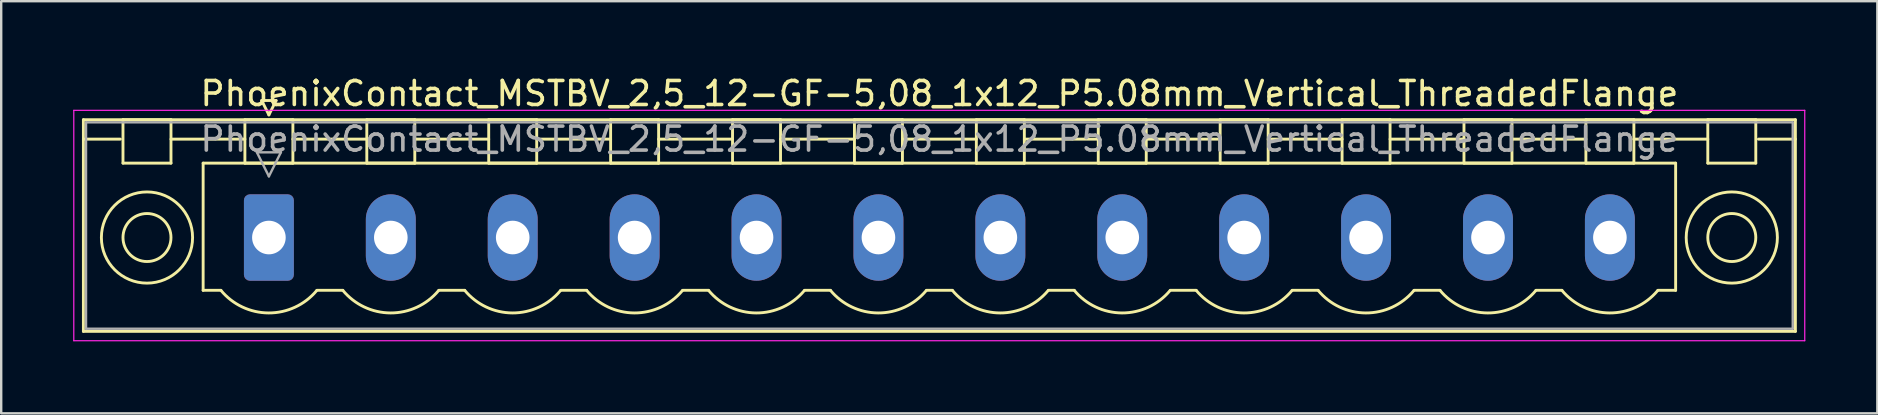
<source format=kicad_pcb>
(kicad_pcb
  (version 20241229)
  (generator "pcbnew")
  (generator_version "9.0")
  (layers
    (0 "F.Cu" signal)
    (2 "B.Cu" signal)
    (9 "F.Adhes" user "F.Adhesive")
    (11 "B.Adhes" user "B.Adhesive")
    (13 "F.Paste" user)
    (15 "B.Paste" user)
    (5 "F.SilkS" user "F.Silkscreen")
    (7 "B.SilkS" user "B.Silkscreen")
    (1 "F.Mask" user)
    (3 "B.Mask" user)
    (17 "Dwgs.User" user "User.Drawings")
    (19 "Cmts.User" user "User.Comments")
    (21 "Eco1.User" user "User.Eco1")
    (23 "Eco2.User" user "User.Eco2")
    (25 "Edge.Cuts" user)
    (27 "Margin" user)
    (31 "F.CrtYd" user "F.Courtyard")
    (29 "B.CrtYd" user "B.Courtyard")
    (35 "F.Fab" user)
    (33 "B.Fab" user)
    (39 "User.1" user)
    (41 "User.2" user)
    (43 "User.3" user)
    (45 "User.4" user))
  (footprint "PhoenixContact_MSTBV_2,5_12-GF-5,08_1x12_P5.08mm_Vertical_ThreadedFlange"
    (layer "F.Cu")
    (at 8.155 6.848)
    (property "Reference" "PhoenixContact_MSTBV_2,5_12-GF-5,08_1x12_P5.08mm_Vertical_ThreadedFlange" (at 27.94 -6 0) (layer "F.SilkS") (effects (font (size 1 1) (thickness 0.15))))
    (attr through_hole)
    (fp_line (start -7.73 -4.91) (end -7.73 3.91) (stroke (width 0.12) (type solid)) (layer "F.SilkS"))
    (fp_line (start -7.73 -4.1) (end -6.19 -4.1) (stroke (width 0.12) (type solid)) (layer "F.SilkS"))
    (fp_line (start -7.73 3.91) (end 63.61 3.91) (stroke (width 0.12) (type solid)) (layer "F.SilkS"))
    (fp_line (start -6.08 -4.91) (end -4.08 -4.91) (stroke (width 0.12) (type solid)) (layer "F.SilkS"))
    (fp_line (start -6.08 -3.1) (end -6.08 -4.91) (stroke (width 0.12) (type solid)) (layer "F.SilkS"))
    (fp_line (start -4.08 -4.91) (end -4.08 -3.1) (stroke (width 0.12) (type solid)) (layer "F.SilkS"))
    (fp_line (start -4.08 -4.1) (end -1 -4.1) (stroke (width 0.12) (type solid)) (layer "F.SilkS"))
    (fp_line (start -4.08 -3.1) (end -6.08 -3.1) (stroke (width 0.12) (type solid)) (layer "F.SilkS"))
    (fp_line (start -2.74 -3.1) (end 58.62 -3.1) (stroke (width 0.12) (type solid)) (layer "F.SilkS"))
    (fp_line (start -2.74 2.2) (end -2.74 -3.1) (stroke (width 0.12) (type solid)) (layer "F.SilkS"))
    (fp_line (start -2 2.2) (end -2.74 2.2) (stroke (width 0.12) (type solid)) (layer "F.SilkS"))
    (fp_line (start -1 -4.91) (end 1 -4.91) (stroke (width 0.12) (type solid)) (layer "F.SilkS"))
    (fp_line (start -1 -3.1) (end -1 -4.91) (stroke (width 0.12) (type solid)) (layer "F.SilkS"))
    (fp_line (start -0.3 -5.71) (end 0.3 -5.71) (stroke (width 0.12) (type solid)) (layer "F.SilkS"))
    (fp_line (start 0 -5.11) (end -0.3 -5.71) (stroke (width 0.12) (type solid)) (layer "F.SilkS"))
    (fp_line (start 0.3 -5.71) (end 0 -5.11) (stroke (width 0.12) (type solid)) (layer "F.SilkS"))
    (fp_line (start 1 -4.91) (end 1 -3.1) (stroke (width 0.12) (type solid)) (layer "F.SilkS"))
    (fp_line (start 1 -4.1) (end 4.08 -4.1) (stroke (width 0.12) (type solid)) (layer "F.SilkS"))
    (fp_line (start 1 -3.1) (end -1 -3.1) (stroke (width 0.12) (type solid)) (layer "F.SilkS"))
    (fp_line (start 2 2.2) (end 3.08 2.2) (stroke (width 0.12) (type solid)) (layer "F.SilkS"))
    (fp_line (start 4.08 -4.91) (end 6.08 -4.91) (stroke (width 0.12) (type solid)) (layer "F.SilkS"))
    (fp_line (start 4.08 -3.1) (end 4.08 -4.91) (stroke (width 0.12) (type solid)) (layer "F.SilkS"))
    (fp_line (start 6.08 -4.91) (end 6.08 -3.1) (stroke (width 0.12) (type solid)) (layer "F.SilkS"))
    (fp_line (start 6.08 -4.1) (end 9.16 -4.1) (stroke (width 0.12) (type solid)) (layer "F.SilkS"))
    (fp_line (start 6.08 -3.1) (end 4.08 -3.1) (stroke (width 0.12) (type solid)) (layer "F.SilkS"))
    (fp_line (start 7.08 2.2) (end 8.16 2.2) (stroke (width 0.12) (type solid)) (layer "F.SilkS"))
    (fp_line (start 9.16 -4.91) (end 11.16 -4.91) (stroke (width 0.12) (type solid)) (layer "F.SilkS"))
    (fp_line (start 9.16 -3.1) (end 9.16 -4.91) (stroke (width 0.12) (type solid)) (layer "F.SilkS"))
    (fp_line (start 11.16 -4.91) (end 11.16 -3.1) (stroke (width 0.12) (type solid)) (layer "F.SilkS"))
    (fp_line (start 11.16 -4.1) (end 14.24 -4.1) (stroke (width 0.12) (type solid)) (layer "F.SilkS"))
    (fp_line (start 11.16 -3.1) (end 9.16 -3.1) (stroke (width 0.12) (type solid)) (layer "F.SilkS"))
    (fp_line (start 12.16 2.2) (end 13.24 2.2) (stroke (width 0.12) (type solid)) (layer "F.SilkS"))
    (fp_line (start 14.24 -4.91) (end 16.24 -4.91) (stroke (width 0.12) (type solid)) (layer "F.SilkS"))
    (fp_line (start 14.24 -3.1) (end 14.24 -4.91) (stroke (width 0.12) (type solid)) (layer "F.SilkS"))
    (fp_line (start 16.24 -4.91) (end 16.24 -3.1) (stroke (width 0.12) (type solid)) (layer "F.SilkS"))
    (fp_line (start 16.24 -4.1) (end 19.32 -4.1) (stroke (width 0.12) (type solid)) (layer "F.SilkS"))
    (fp_line (start 16.24 -3.1) (end 14.24 -3.1) (stroke (width 0.12) (type solid)) (layer "F.SilkS"))
    (fp_line (start 17.24 2.2) (end 18.32 2.2) (stroke (width 0.12) (type solid)) (layer "F.SilkS"))
    (fp_line (start 19.32 -4.91) (end 21.32 -4.91) (stroke (width 0.12) (type solid)) (layer "F.SilkS"))
    (fp_line (start 19.32 -3.1) (end 19.32 -4.91) (stroke (width 0.12) (type solid)) (layer "F.SilkS"))
    (fp_line (start 21.32 -4.91) (end 21.32 -3.1) (stroke (width 0.12) (type solid)) (layer "F.SilkS"))
    (fp_line (start 21.32 -4.1) (end 24.4 -4.1) (stroke (width 0.12) (type solid)) (layer "F.SilkS"))
    (fp_line (start 21.32 -3.1) (end 19.32 -3.1) (stroke (width 0.12) (type solid)) (layer "F.SilkS"))
    (fp_line (start 22.32 2.2) (end 23.4 2.2) (stroke (width 0.12) (type solid)) (layer "F.SilkS"))
    (fp_line (start 24.4 -4.91) (end 26.4 -4.91) (stroke (width 0.12) (type solid)) (layer "F.SilkS"))
    (fp_line (start 24.4 -3.1) (end 24.4 -4.91) (stroke (width 0.12) (type solid)) (layer "F.SilkS"))
    (fp_line (start 26.4 -4.91) (end 26.4 -3.1) (stroke (width 0.12) (type solid)) (layer "F.SilkS"))
    (fp_line (start 26.4 -4.1) (end 29.48 -4.1) (stroke (width 0.12) (type solid)) (layer "F.SilkS"))
    (fp_line (start 26.4 -3.1) (end 24.4 -3.1) (stroke (width 0.12) (type solid)) (layer "F.SilkS"))
    (fp_line (start 27.4 2.2) (end 28.48 2.2) (stroke (width 0.12) (type solid)) (layer "F.SilkS"))
    (fp_line (start 29.48 -4.91) (end 31.48 -4.91) (stroke (width 0.12) (type solid)) (layer "F.SilkS"))
    (fp_line (start 29.48 -3.1) (end 29.48 -4.91) (stroke (width 0.12) (type solid)) (layer "F.SilkS"))
    (fp_line (start 31.48 -4.91) (end 31.48 -3.1) (stroke (width 0.12) (type solid)) (layer "F.SilkS"))
    (fp_line (start 31.48 -4.1) (end 34.56 -4.1) (stroke (width 0.12) (type solid)) (layer "F.SilkS"))
    (fp_line (start 31.48 -3.1) (end 29.48 -3.1) (stroke (width 0.12) (type solid)) (layer "F.SilkS"))
    (fp_line (start 32.48 2.2) (end 33.56 2.2) (stroke (width 0.12) (type solid)) (layer "F.SilkS"))
    (fp_line (start 34.56 -4.91) (end 36.56 -4.91) (stroke (width 0.12) (type solid)) (layer "F.SilkS"))
    (fp_line (start 34.56 -3.1) (end 34.56 -4.91) (stroke (width 0.12) (type solid)) (layer "F.SilkS"))
    (fp_line (start 36.56 -4.91) (end 36.56 -3.1) (stroke (width 0.12) (type solid)) (layer "F.SilkS"))
    (fp_line (start 36.56 -4.1) (end 39.64 -4.1) (stroke (width 0.12) (type solid)) (layer "F.SilkS"))
    (fp_line (start 36.56 -3.1) (end 34.56 -3.1) (stroke (width 0.12) (type solid)) (layer "F.SilkS"))
    (fp_line (start 37.56 2.2) (end 38.64 2.2) (stroke (width 0.12) (type solid)) (layer "F.SilkS"))
    (fp_line (start 39.64 -4.91) (end 41.64 -4.91) (stroke (width 0.12) (type solid)) (layer "F.SilkS"))
    (fp_line (start 39.64 -3.1) (end 39.64 -4.91) (stroke (width 0.12) (type solid)) (layer "F.SilkS"))
    (fp_line (start 41.64 -4.91) (end 41.64 -3.1) (stroke (width 0.12) (type solid)) (layer "F.SilkS"))
    (fp_line (start 41.64 -4.1) (end 44.72 -4.1) (stroke (width 0.12) (type solid)) (layer "F.SilkS"))
    (fp_line (start 41.64 -3.1) (end 39.64 -3.1) (stroke (width 0.12) (type solid)) (layer "F.SilkS"))
    (fp_line (start 42.64 2.2) (end 43.72 2.2) (stroke (width 0.12) (type solid)) (layer "F.SilkS"))
    (fp_line (start 44.72 -4.91) (end 46.72 -4.91) (stroke (width 0.12) (type solid)) (layer "F.SilkS"))
    (fp_line (start 44.72 -3.1) (end 44.72 -4.91) (stroke (width 0.12) (type solid)) (layer "F.SilkS"))
    (fp_line (start 46.72 -4.91) (end 46.72 -3.1) (stroke (width 0.12) (type solid)) (layer "F.SilkS"))
    (fp_line (start 46.72 -4.1) (end 49.8 -4.1) (stroke (width 0.12) (type solid)) (layer "F.SilkS"))
    (fp_line (start 46.72 -3.1) (end 44.72 -3.1) (stroke (width 0.12) (type solid)) (layer "F.SilkS"))
    (fp_line (start 47.72 2.2) (end 48.8 2.2) (stroke (width 0.12) (type solid)) (layer "F.SilkS"))
    (fp_line (start 49.8 -4.91) (end 51.8 -4.91) (stroke (width 0.12) (type solid)) (layer "F.SilkS"))
    (fp_line (start 49.8 -3.1) (end 49.8 -4.91) (stroke (width 0.12) (type solid)) (layer "F.SilkS"))
    (fp_line (start 51.8 -4.91) (end 51.8 -3.1) (stroke (width 0.12) (type solid)) (layer "F.SilkS"))
    (fp_line (start 51.8 -4.1) (end 54.88 -4.1) (stroke (width 0.12) (type solid)) (layer "F.SilkS"))
    (fp_line (start 51.8 -3.1) (end 49.8 -3.1) (stroke (width 0.12) (type solid)) (layer "F.SilkS"))
    (fp_line (start 52.8 2.2) (end 53.88 2.2) (stroke (width 0.12) (type solid)) (layer "F.SilkS"))
    (fp_line (start 54.88 -4.91) (end 56.88 -4.91) (stroke (width 0.12) (type solid)) (layer "F.SilkS"))
    (fp_line (start 54.88 -3.1) (end 54.88 -4.91) (stroke (width 0.12) (type solid)) (layer "F.SilkS"))
    (fp_line (start 56.88 -4.91) (end 56.88 -3.1) (stroke (width 0.12) (type solid)) (layer "F.SilkS"))
    (fp_line (start 56.88 -4.1) (end 59.96 -4.1) (stroke (width 0.12) (type solid)) (layer "F.SilkS"))
    (fp_line (start 56.88 -3.1) (end 54.88 -3.1) (stroke (width 0.12) (type solid)) (layer "F.SilkS"))
    (fp_line (start 58.62 -3.1) (end 58.62 2.2) (stroke (width 0.12) (type solid)) (layer "F.SilkS"))
    (fp_line (start 58.62 2.2) (end 57.88 2.2) (stroke (width 0.12) (type solid)) (layer "F.SilkS"))
    (fp_line (start 59.96 -4.91) (end 61.96 -4.91) (stroke (width 0.12) (type solid)) (layer "F.SilkS"))
    (fp_line (start 59.96 -3.1) (end 59.96 -4.91) (stroke (width 0.12) (type solid)) (layer "F.SilkS"))
    (fp_line (start 61.96 -4.91) (end 61.96 -3.1) (stroke (width 0.12) (type solid)) (layer "F.SilkS"))
    (fp_line (start 61.96 -3.1) (end 59.96 -3.1) (stroke (width 0.12) (type solid)) (layer "F.SilkS"))
    (fp_line (start 63.61 -4.91) (end -7.73 -4.91) (stroke (width 0.12) (type solid)) (layer "F.SilkS"))
    (fp_line (start 63.61 -4.1) (end 62.07 -4.1) (stroke (width 0.12) (type solid)) (layer "F.SilkS"))
    (fp_line (start 63.61 3.91) (end 63.61 -4.91) (stroke (width 0.12) (type solid)) (layer "F.SilkS"))
    (fp_arc (start 1.986842 2.215821) (mid -0.010289 3.142758) (end -2 2.2) (stroke (width 0.12) (type solid)) (layer "F.SilkS"))
    (fp_arc (start 7.066842 2.215821) (mid 5.069711 3.142758) (end 3.08 2.2) (stroke (width 0.12) (type solid)) (layer "F.SilkS"))
    (fp_arc (start 12.146842 2.215821) (mid 10.149711 3.142758) (end 8.16 2.2) (stroke (width 0.12) (type solid)) (layer "F.SilkS"))
    (fp_arc (start 17.226842 2.215821) (mid 15.229711 3.142758) (end 13.24 2.2) (stroke (width 0.12) (type solid)) (layer "F.SilkS"))
    (fp_arc (start 22.306842 2.215821) (mid 20.309711 3.142758) (end 18.32 2.2) (stroke (width 0.12) (type solid)) (layer "F.SilkS"))
    (fp_arc (start 27.386842 2.215821) (mid 25.389711 3.142758) (end 23.4 2.2) (stroke (width 0.12) (type solid)) (layer "F.SilkS"))
    (fp_arc (start 32.466842 2.215821) (mid 30.469711 3.142758) (end 28.48 2.2) (stroke (width 0.12) (type solid)) (layer "F.SilkS"))
    (fp_arc (start 37.546842 2.215821) (mid 35.549711 3.142758) (end 33.56 2.2) (stroke (width 0.12) (type solid)) (layer "F.SilkS"))
    (fp_arc (start 42.626842 2.215821) (mid 40.629711 3.142758) (end 38.64 2.2) (stroke (width 0.12) (type solid)) (layer "F.SilkS"))
    (fp_arc (start 47.706842 2.215821) (mid 45.709711 3.142758) (end 43.72 2.2) (stroke (width 0.12) (type solid)) (layer "F.SilkS"))
    (fp_arc (start 52.786842 2.215821) (mid 50.789711 3.142758) (end 48.8 2.2) (stroke (width 0.12) (type solid)) (layer "F.SilkS"))
    (fp_arc (start 57.866842 2.215821) (mid 55.869711 3.142758) (end 53.88 2.2) (stroke (width 0.12) (type solid)) (layer "F.SilkS"))
    (fp_circle (center -5.08 0) (end -4.08 0) (stroke (width 0.12) (type solid)) (fill no) (layer "F.SilkS"))
    (fp_circle (center -5.08 0) (end -3.18 0) (stroke (width 0.12) (type solid)) (fill no) (layer "F.SilkS"))
    (fp_circle (center 60.96 0) (end 61.96 0) (stroke (width 0.12) (type solid)) (fill no) (layer "F.SilkS"))
    (fp_circle (center 60.96 0) (end 62.86 0) (stroke (width 0.12) (type solid)) (fill no) (layer "F.SilkS"))
    (fp_line (start -8.13 -5.3) (end -8.13 4.3) (stroke (width 0.05) (type solid)) (layer "F.CrtYd"))
    (fp_line (start -8.13 4.3) (end 64 4.3) (stroke (width 0.05) (type solid)) (layer "F.CrtYd"))
    (fp_line (start 64 -5.3) (end -8.13 -5.3) (stroke (width 0.05) (type solid)) (layer "F.CrtYd"))
    (fp_line (start 64 4.3) (end 64 -5.3) (stroke (width 0.05) (type solid)) (layer "F.CrtYd"))
    (fp_line (start -7.62 -4.8) (end -7.62 3.8) (stroke (width 0.1) (type solid)) (layer "F.Fab"))
    (fp_line (start -7.62 3.8) (end 63.5 3.8) (stroke (width 0.1) (type solid)) (layer "F.Fab"))
    (fp_line (start -0.5 -3.55) (end 0.5 -3.55) (stroke (width 0.1) (type solid)) (layer "F.Fab"))
    (fp_line (start 0 -2.55) (end -0.5 -3.55) (stroke (width 0.1) (type solid)) (layer "F.Fab"))
    (fp_line (start 0.5 -3.55) (end 0 -2.55) (stroke (width 0.1) (type solid)) (layer "F.Fab"))
    (fp_line (start 63.5 -4.8) (end -7.62 -4.8) (stroke (width 0.1) (type solid)) (layer "F.Fab"))
    (fp_line (start 63.5 3.8) (end 63.5 -4.8) (stroke (width 0.1) (type solid)) (layer "F.Fab"))
    (fp_text user "${REFERENCE}" (at 27.94 -4.1 0) (layer "F.Fab") (effects (font (size 1 1) (thickness 0.15))))
    (pad "1" thru_hole roundrect (at 0 0) (size 2.08 3.6) (drill 1.4) (layers "*.Cu" "*.Mask") (roundrect_rratio 0.12))
    (pad "2" thru_hole oval (at 5.08 0) (size 2.08 3.6) (drill 1.4) (layers "*.Cu" "*.Mask"))
    (pad "3" thru_hole oval (at 10.16 0) (size 2.08 3.6) (drill 1.4) (layers "*.Cu" "*.Mask"))
    (pad "4" thru_hole oval (at 15.24 0) (size 2.08 3.6) (drill 1.4) (layers "*.Cu" "*.Mask"))
    (pad "5" thru_hole oval (at 20.32 0) (size 2.08 3.6) (drill 1.4) (layers "*.Cu" "*.Mask"))
    (pad "6" thru_hole oval (at 25.4 0) (size 2.08 3.6) (drill 1.4) (layers "*.Cu" "*.Mask"))
    (pad "7" thru_hole oval (at 30.48 0) (size 2.08 3.6) (drill 1.4) (layers "*.Cu" "*.Mask"))
    (pad "8" thru_hole oval (at 35.56 0) (size 2.08 3.6) (drill 1.4) (layers "*.Cu" "*.Mask"))
    (pad "9" thru_hole oval (at 40.64 0) (size 2.08 3.6) (drill 1.4) (layers "*.Cu" "*.Mask"))
    (pad "10" thru_hole oval (at 45.72 0) (size 2.08 3.6) (drill 1.4) (layers "*.Cu" "*.Mask"))
    (pad "11" thru_hole oval (at 50.8 0) (size 2.08 3.6) (drill 1.4) (layers "*.Cu" "*.Mask"))
    (pad "12" thru_hole oval (at 55.88 0) (size 2.08 3.6) (drill 1.4) (layers "*.Cu" "*.Mask")))
  (gr_rect
    (start -3 -3)
    (end 75.18 14.173)
    (stroke (width 0.1) (type default))
    (fill no)
    (layer "Edge.Cuts")))
</source>
